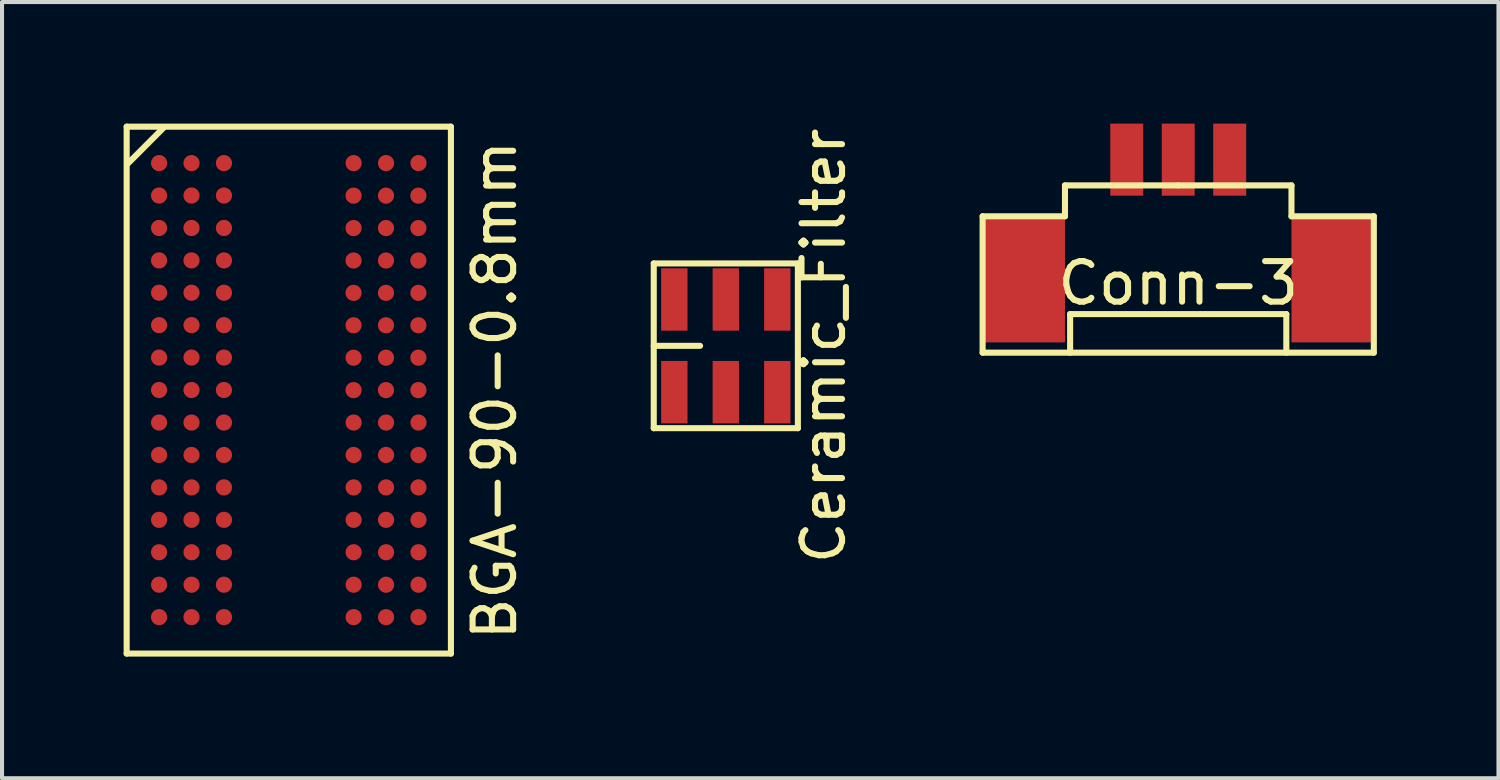
<source format=kicad_pcb>
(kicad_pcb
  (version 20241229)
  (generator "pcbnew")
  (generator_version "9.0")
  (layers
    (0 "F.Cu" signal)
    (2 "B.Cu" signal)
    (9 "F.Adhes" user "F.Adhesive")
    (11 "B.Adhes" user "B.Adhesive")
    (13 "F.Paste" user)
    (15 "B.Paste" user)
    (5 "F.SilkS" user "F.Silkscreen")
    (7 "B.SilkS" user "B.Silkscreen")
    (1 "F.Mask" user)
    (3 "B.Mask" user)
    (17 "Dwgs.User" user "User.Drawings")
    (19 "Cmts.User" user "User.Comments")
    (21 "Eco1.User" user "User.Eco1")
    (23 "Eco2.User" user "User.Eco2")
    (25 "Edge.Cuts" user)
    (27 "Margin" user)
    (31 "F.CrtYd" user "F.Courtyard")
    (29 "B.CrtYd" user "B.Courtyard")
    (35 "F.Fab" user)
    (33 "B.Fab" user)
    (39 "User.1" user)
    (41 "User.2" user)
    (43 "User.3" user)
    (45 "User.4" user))
  (footprint "Conn-3"
    (layer "F.Cu")
    (at 26.019 4.318)
    (property "Reference" "Conn-3" (at 0 -0.381 0) (layer "F.SilkS") (effects (font (size 1 1) (thickness 0.15))))
    (attr smd)
    (fp_line (start -4.826 -2.032) (end -2.794 -2.032) (stroke (width 0.15) (type solid)) (layer "F.SilkS"))
    (fp_line (start -4.826 1.333) (end -4.826 -2.032) (stroke (width 0.15) (type solid)) (layer "F.SilkS"))
    (fp_line (start -2.794 -2.794) (end 0 -2.794) (stroke (width 0.15) (type solid)) (layer "F.SilkS"))
    (fp_line (start -2.794 -2.032) (end -2.794 -2.794) (stroke (width 0.15) (type solid)) (layer "F.SilkS"))
    (fp_line (start -2.667 0.381) (end -2.667 1.333) (stroke (width 0.15) (type solid)) (layer "F.SilkS"))
    (fp_line (start 0 -2.794) (end 2.794 -2.794) (stroke (width 0.15) (type solid)) (layer "F.SilkS"))
    (fp_line (start 2.667 0.381) (end -2.667 0.381) (stroke (width 0.15) (type solid)) (layer "F.SilkS"))
    (fp_line (start 2.667 1.333) (end 2.667 0.381) (stroke (width 0.15) (type solid)) (layer "F.SilkS"))
    (fp_line (start 2.794 -2.794) (end 2.794 -2.032) (stroke (width 0.15) (type solid)) (layer "F.SilkS"))
    (fp_line (start 2.794 -2.032) (end 4.826 -2.032) (stroke (width 0.15) (type solid)) (layer "F.SilkS"))
    (fp_line (start 4.826 -2.032) (end 4.826 1.333) (stroke (width 0.15) (type solid)) (layer "F.SilkS"))
    (fp_line (start 4.826 1.333) (end -4.826 1.333) (stroke (width 0.15) (type solid)) (layer "F.SilkS"))
    (pad "" smd rect (at -3.81 -0.445) (size 2.032 3.048) (layers "F.Cu" "F.Mask" "F.Paste"))
    (pad "" smd rect (at 3.81 -0.445) (size 2.032 3.048) (layers "F.Cu" "F.Mask" "F.Paste"))
    (pad "1" smd rect (at -1.27 -3.429) (size 0.813 1.778) (layers "F.Cu" "F.Mask" "F.Paste"))
    (pad "2" smd rect (at 0 -3.429) (size 0.813 1.778) (layers "F.Cu" "F.Mask" "F.Paste"))
    (pad "3" smd rect (at 1.27 -3.429) (size 0.813 1.778) (layers "F.Cu" "F.Mask" "F.Paste")))
  (footprint "Ceramic_Filter"
    (layer "F.Cu")
    (at 14.857 5.482)
    (property "Reference" "Ceramic_Filter" (at 2.413 0 90) (layer "F.SilkS") (effects (font (size 1 1) (thickness 0.15))))
    (attr through_hole)
    (fp_line (start -1.778 -2.032) (end 1.778 -2.032) (stroke (width 0.15) (type solid)) (layer "F.SilkS"))
    (fp_line (start -1.778 0) (end -0.635 0) (stroke (width 0.15) (type solid)) (layer "F.SilkS"))
    (fp_line (start -1.778 2.032) (end -1.778 -2.032) (stroke (width 0.15) (type solid)) (layer "F.SilkS"))
    (fp_line (start 1.778 -2.032) (end 1.778 2.032) (stroke (width 0.15) (type solid)) (layer "F.SilkS"))
    (fp_line (start 1.778 2.032) (end -1.778 2.032) (stroke (width 0.15) (type solid)) (layer "F.SilkS"))
    (pad "1" smd rect (at -1.27 1.143) (size 0.65 1.539) (layers "F.Cu" "F.Mask" "F.Paste"))
    (pad "2" smd rect (at 0 1.143) (size 0.65 1.539) (layers "F.Cu" "F.Mask" "F.Paste"))
    (pad "3" smd rect (at 1.27 1.143) (size 0.65 1.539) (layers "F.Cu" "F.Mask" "F.Paste"))
    (pad "4" smd rect (at 1.27 -1.143) (size 0.65 1.539) (layers "F.Cu" "F.Mask" "F.Paste"))
    (pad "5" smd rect (at 0 -1.143) (size 0.65 1.539) (layers "F.Cu" "F.Mask" "F.Paste"))
    (pad "6" smd rect (at -1.27 -1.143) (size 0.65 1.539) (layers "F.Cu" "F.Mask" "F.Paste")))
  (footprint "BGA-90-0.8mm"
    (layer "F.Cu")
    (at 4.075 6.575)
    (property "Reference" "BGA-90-0.8mm" (at 5.08 0 90) (layer "F.SilkS") (effects (font (size 1 1) (thickness 0.15))))
    (attr smd)
    (fp_line (start -4 -6.5) (end 4 -6.5) (stroke (width 0.15) (type solid)) (layer "F.SilkS"))
    (fp_line (start -4 6.5) (end -4 -6.5) (stroke (width 0.15) (type solid)) (layer "F.SilkS"))
    (fp_line (start -3.081 -6.482) (end -3.98 -5.58) (stroke (width 0.15) (type solid)) (layer "F.SilkS"))
    (fp_line (start 4 -6.5) (end 4 6.5) (stroke (width 0.15) (type solid)) (layer "F.SilkS"))
    (fp_line (start 4 6.5) (end -4 6.5) (stroke (width 0.15) (type solid)) (layer "F.SilkS"))
    (pad "A1" smd circle (at -3.2 -5.601) (size 0.399 0.399) (layers "F.Cu" "F.Mask" "F.Paste"))
    (pad "A2" smd circle (at -2.4 -5.601) (size 0.399 0.399) (layers "F.Cu" "F.Mask" "F.Paste"))
    (pad "A3" smd circle (at -1.6 -5.601) (size 0.399 0.399) (layers "F.Cu" "F.Mask" "F.Paste"))
    (pad "A7" smd circle (at 1.6 -5.601) (size 0.399 0.399) (layers "F.Cu" "F.Mask" "F.Paste"))
    (pad "A8" smd circle (at 2.4 -5.601) (size 0.399 0.399) (layers "F.Cu" "F.Mask" "F.Paste"))
    (pad "A9" smd circle (at 3.2 -5.601) (size 0.399 0.399) (layers "F.Cu" "F.Mask" "F.Paste"))
    (pad "B1" smd circle (at -3.2 -4.801) (size 0.399 0.399) (layers "F.Cu" "F.Mask" "F.Paste"))
    (pad "B2" smd circle (at -2.4 -4.801) (size 0.399 0.399) (layers "F.Cu" "F.Mask" "F.Paste"))
    (pad "B3" smd circle (at -1.6 -4.801) (size 0.399 0.399) (layers "F.Cu" "F.Mask" "F.Paste"))
    (pad "B7" smd circle (at 1.598 -4.798) (size 0.399 0.399) (layers "F.Cu" "F.Mask" "F.Paste"))
    (pad "B8" smd circle (at 2.398 -4.798) (size 0.399 0.399) (layers "F.Cu" "F.Mask" "F.Paste"))
    (pad "B9" smd circle (at 3.198 -4.798) (size 0.399 0.399) (layers "F.Cu" "F.Mask" "F.Paste"))
    (pad "C1" smd circle (at -3.2 -4) (size 0.399 0.399) (layers "F.Cu" "F.Mask" "F.Paste"))
    (pad "C2" smd circle (at -2.4 -4) (size 0.399 0.399) (layers "F.Cu" "F.Mask" "F.Paste"))
    (pad "C3" smd circle (at -1.6 -4) (size 0.399 0.399) (layers "F.Cu" "F.Mask" "F.Paste"))
    (pad "C7" smd circle (at 1.598 -3.998) (size 0.399 0.399) (layers "F.Cu" "F.Mask" "F.Paste"))
    (pad "C8" smd circle (at 2.398 -3.998) (size 0.399 0.399) (layers "F.Cu" "F.Mask" "F.Paste"))
    (pad "C9" smd circle (at 3.198 -3.998) (size 0.399 0.399) (layers "F.Cu" "F.Mask" "F.Paste"))
    (pad "D1" smd circle (at -3.2 -3.2) (size 0.399 0.399) (layers "F.Cu" "F.Mask" "F.Paste"))
    (pad "D2" smd circle (at -2.4 -3.2) (size 0.399 0.399) (layers "F.Cu" "F.Mask" "F.Paste"))
    (pad "D3" smd circle (at -1.6 -3.2) (size 0.399 0.399) (layers "F.Cu" "F.Mask" "F.Paste"))
    (pad "D7" smd circle (at 1.598 -3.198) (size 0.399 0.399) (layers "F.Cu" "F.Mask" "F.Paste"))
    (pad "D8" smd circle (at 2.398 -3.198) (size 0.399 0.399) (layers "F.Cu" "F.Mask" "F.Paste"))
    (pad "D9" smd circle (at 3.198 -3.198) (size 0.399 0.399) (layers "F.Cu" "F.Mask" "F.Paste"))
    (pad "E1" smd circle (at -3.2 -2.403) (size 0.399 0.399) (layers "F.Cu" "F.Mask" "F.Paste"))
    (pad "E2" smd circle (at -2.4 -2.403) (size 0.399 0.399) (layers "F.Cu" "F.Mask" "F.Paste"))
    (pad "E3" smd circle (at -1.6 -2.403) (size 0.399 0.399) (layers "F.Cu" "F.Mask" "F.Paste"))
    (pad "E7" smd circle (at 1.598 -2.4) (size 0.399 0.399) (layers "F.Cu" "F.Mask" "F.Paste"))
    (pad "E8" smd circle (at 2.398 -2.4) (size 0.399 0.399) (layers "F.Cu" "F.Mask" "F.Paste"))
    (pad "E9" smd circle (at 3.198 -2.4) (size 0.399 0.399) (layers "F.Cu" "F.Mask" "F.Paste"))
    (pad "F1" smd circle (at -3.2 -1.603) (size 0.399 0.399) (layers "F.Cu" "F.Mask" "F.Paste"))
    (pad "F2" smd circle (at -2.4 -1.603) (size 0.399 0.399) (layers "F.Cu" "F.Mask" "F.Paste"))
    (pad "F3" smd circle (at -1.6 -1.603) (size 0.399 0.399) (layers "F.Cu" "F.Mask" "F.Paste"))
    (pad "F7" smd circle (at 1.598 -1.6) (size 0.399 0.399) (layers "F.Cu" "F.Mask" "F.Paste"))
    (pad "F8" smd circle (at 2.398 -1.6) (size 0.399 0.399) (layers "F.Cu" "F.Mask" "F.Paste"))
    (pad "F9" smd circle (at 3.198 -1.6) (size 0.399 0.399) (layers "F.Cu" "F.Mask" "F.Paste"))
    (pad "G1" smd circle (at -3.2 -0.803) (size 0.399 0.399) (layers "F.Cu" "F.Mask" "F.Paste"))
    (pad "G2" smd circle (at -2.4 -0.803) (size 0.399 0.399) (layers "F.Cu" "F.Mask" "F.Paste"))
    (pad "G3" smd circle (at -1.6 -0.803) (size 0.399 0.399) (layers "F.Cu" "F.Mask" "F.Paste"))
    (pad "G7" smd circle (at 1.598 -0.8) (size 0.399 0.399) (layers "F.Cu" "F.Mask" "F.Paste"))
    (pad "G8" smd circle (at 2.398 -0.8) (size 0.399 0.399) (layers "F.Cu" "F.Mask" "F.Paste"))
    (pad "G9" smd circle (at 3.198 -0.8) (size 0.399 0.399) (layers "F.Cu" "F.Mask" "F.Paste"))
    (pad "H1" smd circle (at -3.2 -0.003) (size 0.399 0.399) (layers "F.Cu" "F.Mask" "F.Paste"))
    (pad "H2" smd circle (at -2.4 -0.003) (size 0.399 0.399) (layers "F.Cu" "F.Mask" "F.Paste"))
    (pad "H3" smd circle (at -1.6 -0.003) (size 0.399 0.399) (layers "F.Cu" "F.Mask" "F.Paste"))
    (pad "H7" smd circle (at 1.598 0) (size 0.399 0.399) (layers "F.Cu" "F.Mask" "F.Paste"))
    (pad "H8" smd circle (at 2.398 0) (size 0.399 0.399) (layers "F.Cu" "F.Mask" "F.Paste"))
    (pad "H9" smd circle (at 3.198 0) (size 0.399 0.399) (layers "F.Cu" "F.Mask" "F.Paste"))
    (pad "J1" smd circle (at -3.2 0.8) (size 0.399 0.399) (layers "F.Cu" "F.Mask" "F.Paste"))
    (pad "J2" smd circle (at -2.4 0.8) (size 0.399 0.399) (layers "F.Cu" "F.Mask" "F.Paste"))
    (pad "J3" smd circle (at -1.6 0.8) (size 0.399 0.399) (layers "F.Cu" "F.Mask" "F.Paste"))
    (pad "J7" smd circle (at 1.6 0.8) (size 0.399 0.399) (layers "F.Cu" "F.Mask" "F.Paste"))
    (pad "J8" smd circle (at 2.4 0.8) (size 0.399 0.399) (layers "F.Cu" "F.Mask" "F.Paste"))
    (pad "J9" smd circle (at 3.2 0.8) (size 0.399 0.399) (layers "F.Cu" "F.Mask" "F.Paste"))
    (pad "K1" smd circle (at -3.2 1.6) (size 0.399 0.399) (layers "F.Cu" "F.Mask" "F.Paste"))
    (pad "K2" smd circle (at -2.4 1.6) (size 0.399 0.399) (layers "F.Cu" "F.Mask" "F.Paste"))
    (pad "K3" smd circle (at -1.6 1.6) (size 0.399 0.399) (layers "F.Cu" "F.Mask" "F.Paste"))
    (pad "K7" smd circle (at 1.6 1.6) (size 0.399 0.399) (layers "F.Cu" "F.Mask" "F.Paste"))
    (pad "K8" smd circle (at 2.4 1.6) (size 0.399 0.399) (layers "F.Cu" "F.Mask" "F.Paste"))
    (pad "K9" smd circle (at 3.2 1.6) (size 0.399 0.399) (layers "F.Cu" "F.Mask" "F.Paste"))
    (pad "L1" smd circle (at -3.2 2.4) (size 0.399 0.399) (layers "F.Cu" "F.Mask" "F.Paste"))
    (pad "L2" smd circle (at -2.4 2.4) (size 0.399 0.399) (layers "F.Cu" "F.Mask" "F.Paste"))
    (pad "L3" smd circle (at -1.6 2.4) (size 0.399 0.399) (layers "F.Cu" "F.Mask" "F.Paste"))
    (pad "L7" smd circle (at 1.6 2.4) (size 0.399 0.399) (layers "F.Cu" "F.Mask" "F.Paste"))
    (pad "L8" smd circle (at 2.4 2.4) (size 0.399 0.399) (layers "F.Cu" "F.Mask" "F.Paste"))
    (pad "L9" smd circle (at 3.2 2.4) (size 0.399 0.399) (layers "F.Cu" "F.Mask" "F.Paste"))
    (pad "M1" smd circle (at -3.2 3.2) (size 0.399 0.399) (layers "F.Cu" "F.Mask" "F.Paste"))
    (pad "M2" smd circle (at -2.4 3.2) (size 0.399 0.399) (layers "F.Cu" "F.Mask" "F.Paste"))
    (pad "M3" smd circle (at -1.6 3.2) (size 0.399 0.399) (layers "F.Cu" "F.Mask" "F.Paste"))
    (pad "M7" smd circle (at 1.6 3.2) (size 0.399 0.399) (layers "F.Cu" "F.Mask" "F.Paste"))
    (pad "M8" smd circle (at 2.4 3.2) (size 0.399 0.399) (layers "F.Cu" "F.Mask" "F.Paste"))
    (pad "M9" smd circle (at 3.2 3.2) (size 0.399 0.399) (layers "F.Cu" "F.Mask" "F.Paste"))
    (pad "N1" smd circle (at -3.2 4) (size 0.399 0.399) (layers "F.Cu" "F.Mask" "F.Paste"))
    (pad "N2" smd circle (at -2.4 4) (size 0.399 0.399) (layers "F.Cu" "F.Mask" "F.Paste"))
    (pad "N3" smd circle (at -1.6 4) (size 0.399 0.399) (layers "F.Cu" "F.Mask" "F.Paste"))
    (pad "N7" smd circle (at 1.6 4) (size 0.399 0.399) (layers "F.Cu" "F.Mask" "F.Paste"))
    (pad "N8" smd circle (at 2.4 4) (size 0.399 0.399) (layers "F.Cu" "F.Mask" "F.Paste"))
    (pad "N9" smd circle (at 3.2 4) (size 0.399 0.399) (layers "F.Cu" "F.Mask" "F.Paste"))
    (pad "P1" smd circle (at -3.2 4.801) (size 0.399 0.399) (layers "F.Cu" "F.Mask" "F.Paste"))
    (pad "P2" smd circle (at -2.4 4.801) (size 0.399 0.399) (layers "F.Cu" "F.Mask" "F.Paste"))
    (pad "P3" smd circle (at -1.6 4.801) (size 0.399 0.399) (layers "F.Cu" "F.Mask" "F.Paste"))
    (pad "P7" smd circle (at 1.6 4.801) (size 0.399 0.399) (layers "F.Cu" "F.Mask" "F.Paste"))
    (pad "P8" smd circle (at 2.4 4.801) (size 0.399 0.399) (layers "F.Cu" "F.Mask" "F.Paste"))
    (pad "P9" smd circle (at 3.2 4.801) (size 0.399 0.399) (layers "F.Cu" "F.Mask" "F.Paste"))
    (pad "R1" smd circle (at -3.2 5.601) (size 0.399 0.399) (layers "F.Cu" "F.Mask" "F.Paste"))
    (pad "R2" smd circle (at -2.4 5.601) (size 0.399 0.399) (layers "F.Cu" "F.Mask" "F.Paste"))
    (pad "R3" smd circle (at -1.6 5.601) (size 0.399 0.399) (layers "F.Cu" "F.Mask" "F.Paste"))
    (pad "R7" smd circle (at 1.6 5.601) (size 0.399 0.399) (layers "F.Cu" "F.Mask" "F.Paste"))
    (pad "R8" smd circle (at 2.4 5.601) (size 0.399 0.399) (layers "F.Cu" "F.Mask" "F.Paste"))
    (pad "R9" smd circle (at 3.2 5.601) (size 0.399 0.399) (layers "F.Cu" "F.Mask" "F.Paste")))
  (gr_rect
    (start -3 -3)
    (end 33.92 16.15)
    (stroke (width 0.1) (type default))
    (fill no)
    (layer "Edge.Cuts")))
</source>
